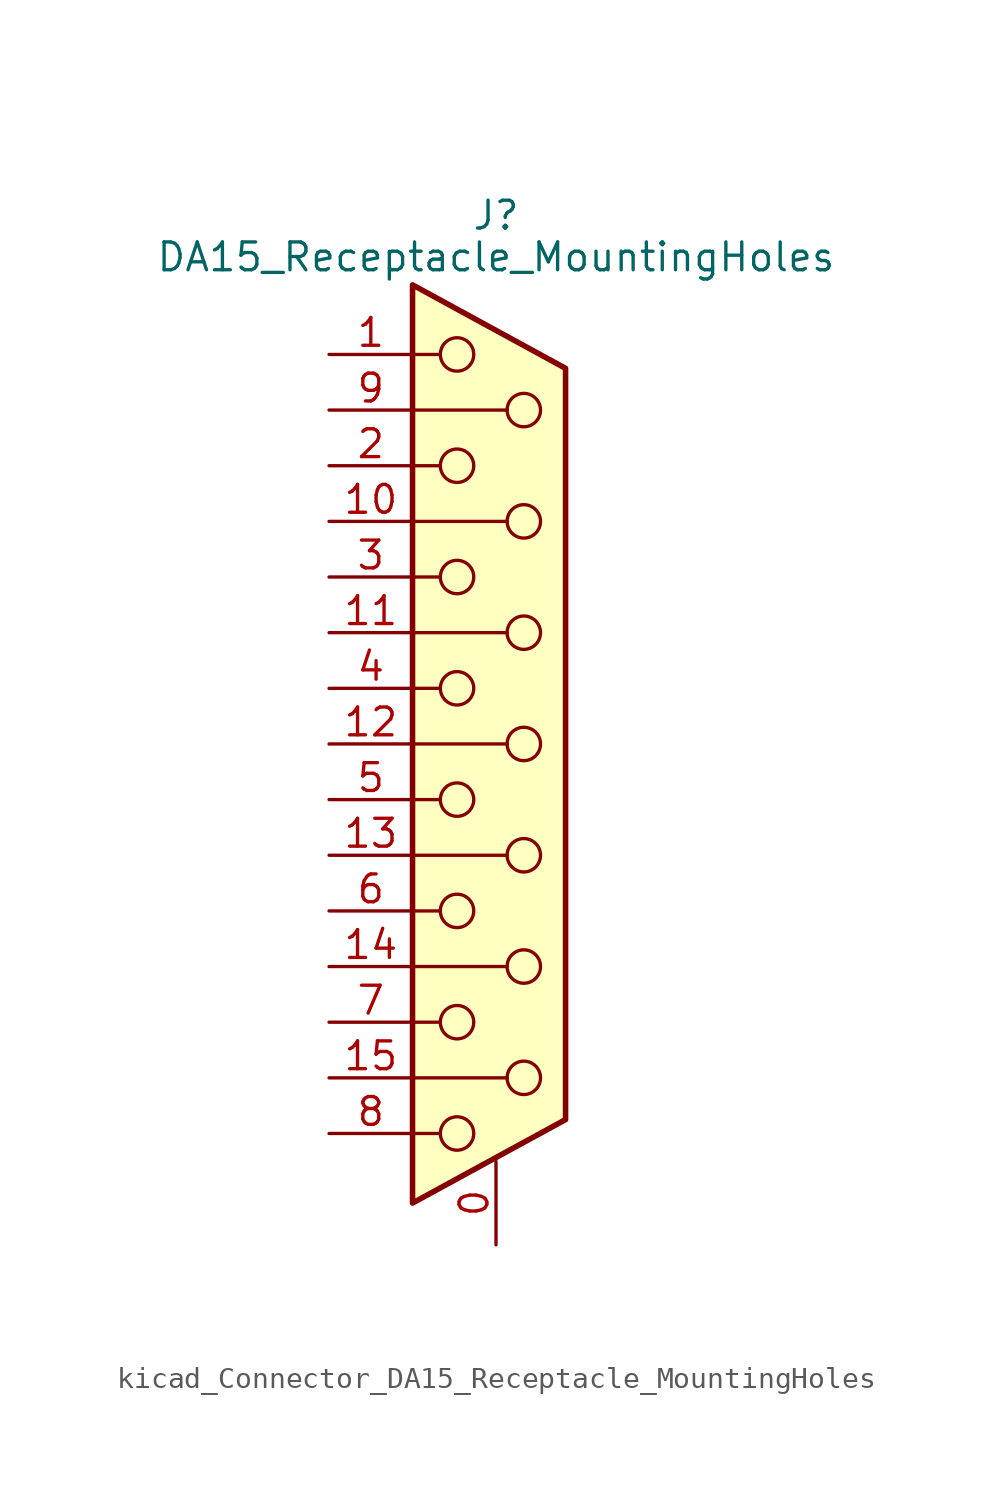
<source format=kicad_sym>
(kicad_symbol_lib
  (version 20220914)
  (generator kicad_symbol_editor)
  (symbol "kicad_Connector_DA15_Receptacle_MountingHoles"
    (pin_names
      (offset 1.016) hide)
    (property "Reference" "J"
      (at 0 24.13 0)
      (effects (font (size 1.27 1.27))))
    (property "Value" "DA15_Receptacle_MountingHoles"
      (at 0 22.225 0)
      (effects (font (size 1.27 1.27))))
    (symbol "kicad_Connector_DA15_Receptacle_MountingHoles_0_1"
      (circle (center -1.778 -17.78) (radius 0.762) (stroke (width 0) (type default)) (fill (type none)))
      (circle (center -1.778 -12.7) (radius 0.762) (stroke (width 0) (type default)) (fill (type none)))
      (circle (center -1.778 -7.62) (radius 0.762) (stroke (width 0) (type default)) (fill (type none)))
      (circle (center -1.778 -2.54) (radius 0.762) (stroke (width 0) (type default)) (fill (type none)))
      (circle (center -1.778 2.54) (radius 0.762) (stroke (width 0) (type default)) (fill (type none)))
      (circle (center -1.778 7.62) (radius 0.762) (stroke (width 0) (type default)) (fill (type none)))
      (circle (center -1.778 12.7) (radius 0.762) (stroke (width 0) (type default)) (fill (type none)))
      (circle (center -1.778 17.78) (radius 0.762) (stroke (width 0) (type default)) (fill (type none)))
      (polyline (pts (xy -3.81 -17.78) (xy -2.54 -17.78)) (stroke (width 0) (type default)) (fill (type none)))
      (polyline (pts (xy -3.81 -15.24) (xy 0.508 -15.24)) (stroke (width 0) (type default)) (fill (type none)))
      (polyline (pts (xy -3.81 -12.7) (xy -2.54 -12.7)) (stroke (width 0) (type default)) (fill (type none)))
      (polyline (pts (xy -3.81 -10.16) (xy 0.508 -10.16)) (stroke (width 0) (type default)) (fill (type none)))
      (polyline (pts (xy -3.81 -7.62) (xy -2.54 -7.62)) (stroke (width 0) (type default)) (fill (type none)))
      (polyline (pts (xy -3.81 -5.08) (xy 0.508 -5.08)) (stroke (width 0) (type default)) (fill (type none)))
      (polyline (pts (xy -3.81 -2.54) (xy -2.54 -2.54)) (stroke (width 0) (type default)) (fill (type none)))
      (polyline (pts (xy -3.81 0) (xy 0.508 0)) (stroke (width 0) (type default)) (fill (type none)))
      (polyline (pts (xy -3.81 2.54) (xy -2.54 2.54)) (stroke (width 0) (type default)) (fill (type none)))
      (polyline (pts (xy -3.81 5.08) (xy 0.508 5.08)) (stroke (width 0) (type default)) (fill (type none)))
      (polyline (pts (xy -3.81 7.62) (xy -2.54 7.62)) (stroke (width 0) (type default)) (fill (type none)))
      (polyline (pts (xy -3.81 10.16) (xy 0.508 10.16)) (stroke (width 0) (type default)) (fill (type none)))
      (polyline (pts (xy -3.81 12.7) (xy -2.54 12.7)) (stroke (width 0) (type default)) (fill (type none)))
      (polyline (pts (xy -3.81 15.24) (xy 0.508 15.24)) (stroke (width 0) (type default)) (fill (type none)))
      (polyline (pts (xy -3.81 17.78) (xy -2.54 17.78)) (stroke (width 0) (type default)) (fill (type none)))
      (polyline (pts (xy -3.81 20.955) (xy 3.175 17.145) (xy 3.175 -17.145) (xy -3.81 -20.955) (xy -3.81 20.955)) (stroke (width 0.254) (type default)) (fill (type background)))
      (circle (center 1.27 -15.24) (radius 0.762) (stroke (width 0) (type default)) (fill (type none)))
      (circle (center 1.27 -10.16) (radius 0.762) (stroke (width 0) (type default)) (fill (type none)))
      (circle (center 1.27 -5.08) (radius 0.762) (stroke (width 0) (type default)) (fill (type none)))
      (circle (center 1.27 0) (radius 0.762) (stroke (width 0) (type default)) (fill (type none)))
      (circle (center 1.27 5.08) (radius 0.762) (stroke (width 0) (type default)) (fill (type none)))
      (circle (center 1.27 10.16) (radius 0.762) (stroke (width 0) (type default)) (fill (type none)))
      (circle (center 1.27 15.24) (radius 0.762) (stroke (width 0) (type default)) (fill (type none))))
    (symbol "kicad_Connector_DA15_Receptacle_MountingHoles_1_1"
      (pin passive line (at 0 -22.86 90) (length 3.81) (name "PAD" (effects (font (size 1.27 1.27)))) (number "0" (effects (font (size 1.27 1.27)))))
      (pin passive line (at -7.62 17.78 0) (length 3.81) (name "1" (effects (font (size 1.27 1.27)))) (number "1" (effects (font (size 1.27 1.27)))))
      (pin passive line (at -7.62 10.16 0) (length 3.81) (name "P10" (effects (font (size 1.27 1.27)))) (number "10" (effects (font (size 1.27 1.27)))))
      (pin passive line (at -7.62 5.08 0) (length 3.81) (name "P111" (effects (font (size 1.27 1.27)))) (number "11" (effects (font (size 1.27 1.27)))))
      (pin passive line (at -7.62 0 0) (length 3.81) (name "P12" (effects (font (size 1.27 1.27)))) (number "12" (effects (font (size 1.27 1.27)))))
      (pin passive line (at -7.62 -5.08 0) (length 3.81) (name "P13" (effects (font (size 1.27 1.27)))) (number "13" (effects (font (size 1.27 1.27)))))
      (pin passive line (at -7.62 -10.16 0) (length 3.81) (name "P14" (effects (font (size 1.27 1.27)))) (number "14" (effects (font (size 1.27 1.27)))))
      (pin passive line (at -7.62 -15.24 0) (length 3.81) (name "P15" (effects (font (size 1.27 1.27)))) (number "15" (effects (font (size 1.27 1.27)))))
      (pin passive line (at -7.62 12.7 0) (length 3.81) (name "2" (effects (font (size 1.27 1.27)))) (number "2" (effects (font (size 1.27 1.27)))))
      (pin passive line (at -7.62 7.62 0) (length 3.81) (name "3" (effects (font (size 1.27 1.27)))) (number "3" (effects (font (size 1.27 1.27)))))
      (pin passive line (at -7.62 2.54 0) (length 3.81) (name "4" (effects (font (size 1.27 1.27)))) (number "4" (effects (font (size 1.27 1.27)))))
      (pin passive line (at -7.62 -2.54 0) (length 3.81) (name "5" (effects (font (size 1.27 1.27)))) (number "5" (effects (font (size 1.27 1.27)))))
      (pin passive line (at -7.62 -7.62 0) (length 3.81) (name "6" (effects (font (size 1.27 1.27)))) (number "6" (effects (font (size 1.27 1.27)))))
      (pin passive line (at -7.62 -12.7 0) (length 3.81) (name "7" (effects (font (size 1.27 1.27)))) (number "7" (effects (font (size 1.27 1.27)))))
      (pin passive line (at -7.62 -17.78 0) (length 3.81) (name "8" (effects (font (size 1.27 1.27)))) (number "8" (effects (font (size 1.27 1.27)))))
      (pin passive line (at -7.62 15.24 0) (length 3.81) (name "P9" (effects (font (size 1.27 1.27)))) (number "9" (effects (font (size 1.27 1.27))))))))
</source>
